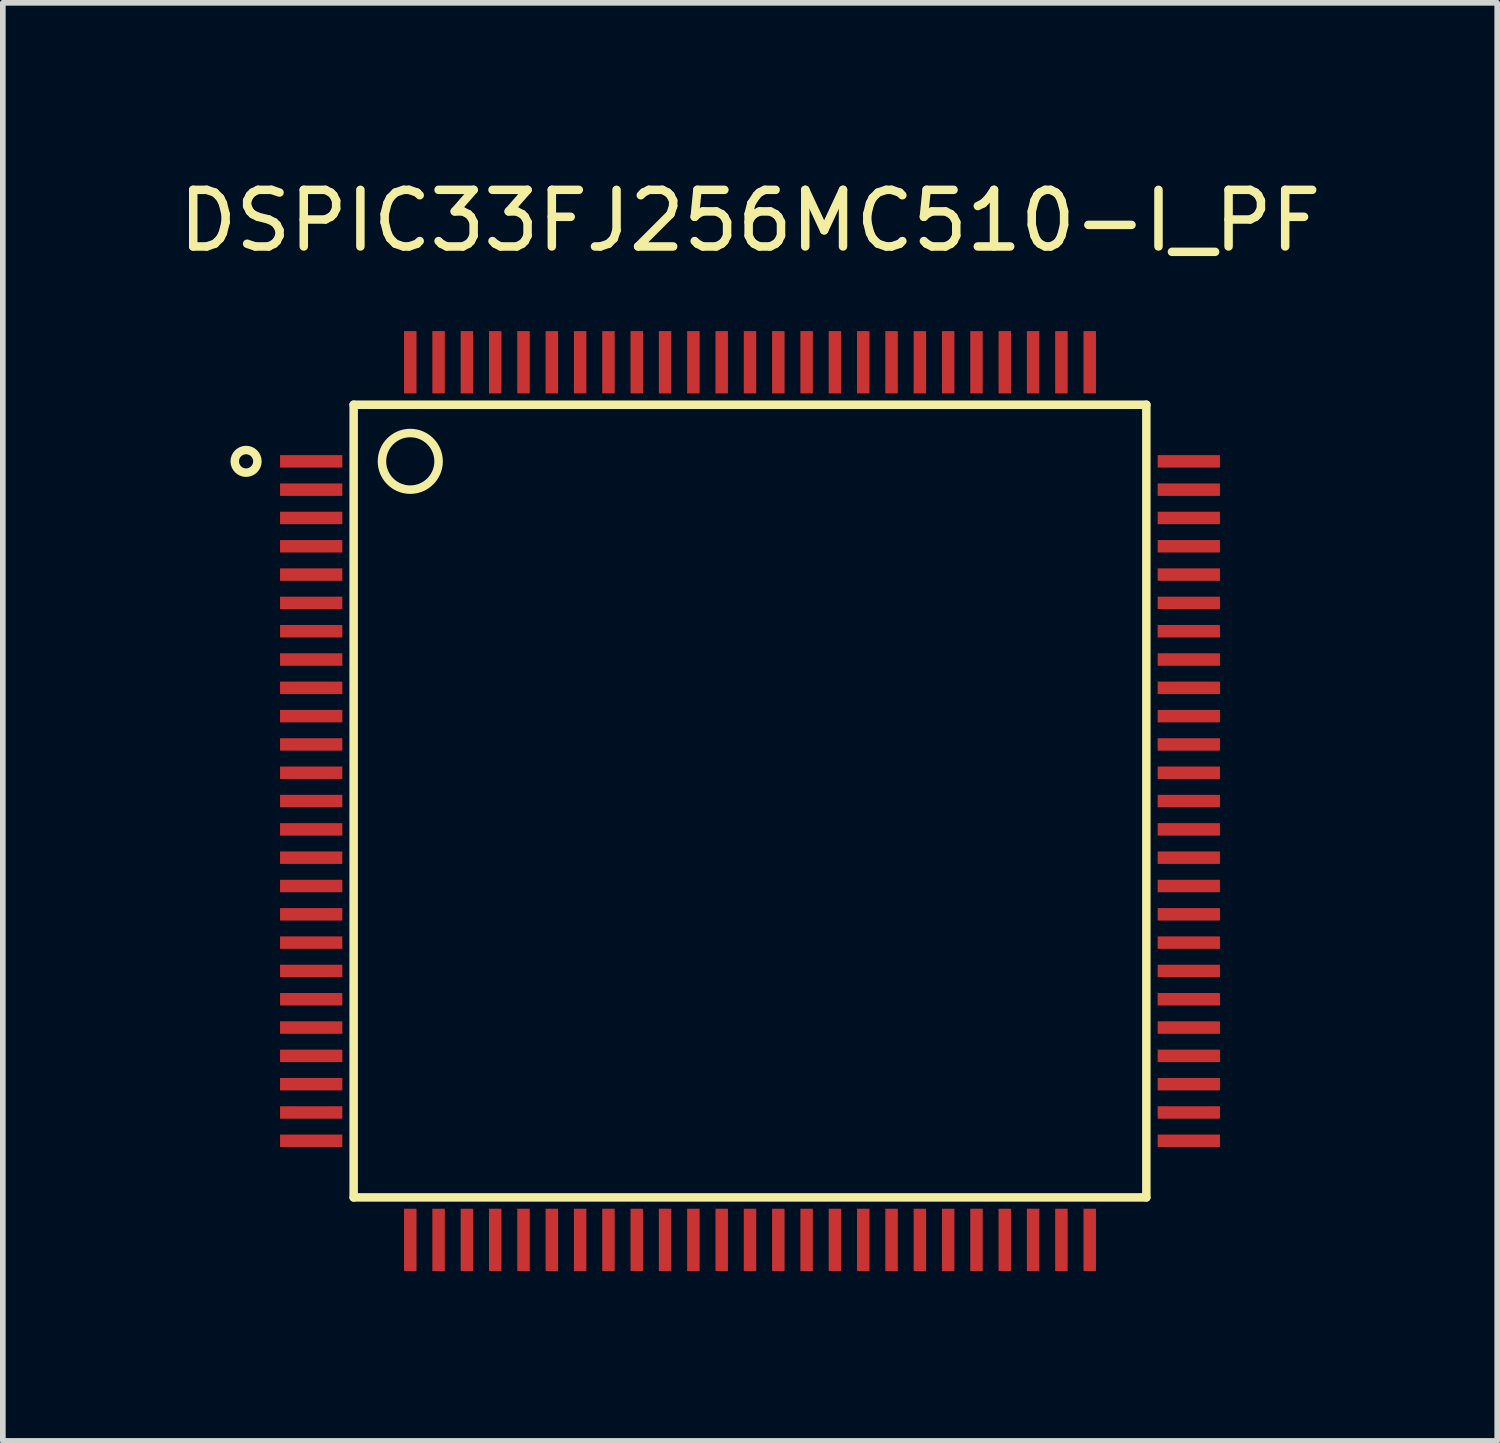
<source format=kicad_pcb>
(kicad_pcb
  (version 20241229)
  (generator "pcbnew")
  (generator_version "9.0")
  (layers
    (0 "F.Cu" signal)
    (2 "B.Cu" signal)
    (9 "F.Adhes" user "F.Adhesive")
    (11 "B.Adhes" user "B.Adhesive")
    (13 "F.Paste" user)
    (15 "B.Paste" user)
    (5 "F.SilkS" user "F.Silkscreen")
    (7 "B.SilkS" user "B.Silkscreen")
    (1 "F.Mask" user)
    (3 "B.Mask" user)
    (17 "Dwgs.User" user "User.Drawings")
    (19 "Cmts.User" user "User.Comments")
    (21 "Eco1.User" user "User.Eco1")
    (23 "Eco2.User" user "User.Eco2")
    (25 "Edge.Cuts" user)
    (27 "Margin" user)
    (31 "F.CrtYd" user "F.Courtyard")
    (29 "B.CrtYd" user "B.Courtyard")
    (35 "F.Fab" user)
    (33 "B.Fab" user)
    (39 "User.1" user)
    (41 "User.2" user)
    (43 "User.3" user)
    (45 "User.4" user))
  (footprint "DSPIC33FJ256MC510-I_PF"
    (layer "F.Cu")
    (at 2.446 3.348)
    (property "Reference" "DSPIC33FJ256MC510-I_PF" (at 7.75 -2.5 0) (layer "F.SilkS") (effects (font (size 1 1) (thickness 0.15))))
    (attr through_hole)
    (fp_line (start 0.75 0.75) (end 0.75 14.75) (stroke (width 0.15) (type solid)) (layer "F.SilkS"))
    (fp_line (start 0.75 0.75) (end 14.75 0.75) (stroke (width 0.15) (type solid)) (layer "F.SilkS"))
    (fp_line (start 0.75 14.75) (end 14.75 14.75) (stroke (width 0.15) (type solid)) (layer "F.SilkS"))
    (fp_line (start 14.75 14.75) (end 14.75 0.75) (stroke (width 0.15) (type solid)) (layer "F.SilkS"))
    (fp_circle (center -1.15 1.75) (end -1.15 1.55) (stroke (width 0.15) (type solid)) (fill no) (layer "F.SilkS"))
    (fp_circle (center 1.75 1.75) (end 1.75 1.25) (stroke (width 0.15) (type solid)) (fill no) (layer "F.SilkS"))
    (pad "1" smd rect (at 0 1.75) (size 1.1 0.22) (layers "F.Cu" "F.Mask" "F.Paste"))
    (pad "2" smd rect (at 0 2.25) (size 1.1 0.22) (layers "F.Cu" "F.Mask" "F.Paste"))
    (pad "3" smd rect (at 0 2.75) (size 1.1 0.22) (layers "F.Cu" "F.Mask" "F.Paste"))
    (pad "4" smd rect (at 0 3.25) (size 1.1 0.22) (layers "F.Cu" "F.Mask" "F.Paste"))
    (pad "5" smd rect (at 0 3.75) (size 1.1 0.22) (layers "F.Cu" "F.Mask" "F.Paste"))
    (pad "6" smd rect (at 0 4.25) (size 1.1 0.22) (layers "F.Cu" "F.Mask" "F.Paste"))
    (pad "7" smd rect (at 0 4.75) (size 1.1 0.22) (layers "F.Cu" "F.Mask" "F.Paste"))
    (pad "8" smd rect (at 0 5.25) (size 1.1 0.22) (layers "F.Cu" "F.Mask" "F.Paste"))
    (pad "9" smd rect (at 0 5.75) (size 1.1 0.22) (layers "F.Cu" "F.Mask" "F.Paste"))
    (pad "10" smd rect (at 0 6.25) (size 1.1 0.22) (layers "F.Cu" "F.Mask" "F.Paste"))
    (pad "11" smd rect (at 0 6.75) (size 1.1 0.22) (layers "F.Cu" "F.Mask" "F.Paste"))
    (pad "12" smd rect (at 0 7.25) (size 1.1 0.22) (layers "F.Cu" "F.Mask" "F.Paste"))
    (pad "13" smd rect (at 0 7.75) (size 1.1 0.22) (layers "F.Cu" "F.Mask" "F.Paste"))
    (pad "14" smd rect (at 0 8.25) (size 1.1 0.22) (layers "F.Cu" "F.Mask" "F.Paste"))
    (pad "15" smd rect (at 0 8.75) (size 1.1 0.22) (layers "F.Cu" "F.Mask" "F.Paste"))
    (pad "16" smd rect (at 0 9.25) (size 1.1 0.22) (layers "F.Cu" "F.Mask" "F.Paste"))
    (pad "17" smd rect (at 0 9.75) (size 1.1 0.22) (layers "F.Cu" "F.Mask" "F.Paste"))
    (pad "18" smd rect (at 0 10.25) (size 1.1 0.22) (layers "F.Cu" "F.Mask" "F.Paste"))
    (pad "19" smd rect (at 0 10.75) (size 1.1 0.22) (layers "F.Cu" "F.Mask" "F.Paste"))
    (pad "20" smd rect (at 0 11.25) (size 1.1 0.22) (layers "F.Cu" "F.Mask" "F.Paste"))
    (pad "21" smd rect (at 0 11.75) (size 1.1 0.22) (layers "F.Cu" "F.Mask" "F.Paste"))
    (pad "22" smd rect (at 0 12.25) (size 1.1 0.22) (layers "F.Cu" "F.Mask" "F.Paste"))
    (pad "23" smd rect (at 0 12.75) (size 1.1 0.22) (layers "F.Cu" "F.Mask" "F.Paste"))
    (pad "24" smd rect (at 0 13.25) (size 1.1 0.22) (layers "F.Cu" "F.Mask" "F.Paste"))
    (pad "25" smd rect (at 0 13.75) (size 1.1 0.22) (layers "F.Cu" "F.Mask" "F.Paste"))
    (pad "26" smd rect (at 1.75 15.5) (size 0.22 1.1) (layers "F.Cu" "F.Mask" "F.Paste"))
    (pad "27" smd rect (at 2.25 15.5) (size 0.22 1.1) (layers "F.Cu" "F.Mask" "F.Paste"))
    (pad "28" smd rect (at 2.75 15.5) (size 0.22 1.1) (layers "F.Cu" "F.Mask" "F.Paste"))
    (pad "29" smd rect (at 3.25 15.5) (size 0.22 1.1) (layers "F.Cu" "F.Mask" "F.Paste"))
    (pad "30" smd rect (at 3.75 15.5) (size 0.22 1.1) (layers "F.Cu" "F.Mask" "F.Paste"))
    (pad "31" smd rect (at 4.25 15.5) (size 0.22 1.1) (layers "F.Cu" "F.Mask" "F.Paste"))
    (pad "32" smd rect (at 4.75 15.5) (size 0.22 1.1) (layers "F.Cu" "F.Mask" "F.Paste"))
    (pad "33" smd rect (at 5.25 15.5) (size 0.22 1.1) (layers "F.Cu" "F.Mask" "F.Paste"))
    (pad "34" smd rect (at 5.75 15.5) (size 0.22 1.1) (layers "F.Cu" "F.Mask" "F.Paste"))
    (pad "35" smd rect (at 6.25 15.5) (size 0.22 1.1) (layers "F.Cu" "F.Mask" "F.Paste"))
    (pad "36" smd rect (at 6.75 15.5) (size 0.22 1.1) (layers "F.Cu" "F.Mask" "F.Paste"))
    (pad "37" smd rect (at 7.25 15.5) (size 0.22 1.1) (layers "F.Cu" "F.Mask" "F.Paste"))
    (pad "38" smd rect (at 7.75 15.5) (size 0.22 1.1) (layers "F.Cu" "F.Mask" "F.Paste"))
    (pad "39" smd rect (at 8.25 15.5) (size 0.22 1.1) (layers "F.Cu" "F.Mask" "F.Paste"))
    (pad "40" smd rect (at 8.75 15.5) (size 0.22 1.1) (layers "F.Cu" "F.Mask" "F.Paste"))
    (pad "41" smd rect (at 9.25 15.5) (size 0.22 1.1) (layers "F.Cu" "F.Mask" "F.Paste"))
    (pad "42" smd rect (at 9.75 15.5) (size 0.22 1.1) (layers "F.Cu" "F.Mask" "F.Paste"))
    (pad "43" smd rect (at 10.25 15.5) (size 0.22 1.1) (layers "F.Cu" "F.Mask" "F.Paste"))
    (pad "44" smd rect (at 10.75 15.5) (size 0.22 1.1) (layers "F.Cu" "F.Mask" "F.Paste"))
    (pad "45" smd rect (at 11.25 15.5) (size 0.22 1.1) (layers "F.Cu" "F.Mask" "F.Paste"))
    (pad "46" smd rect (at 11.75 15.5) (size 0.22 1.1) (layers "F.Cu" "F.Mask" "F.Paste"))
    (pad "47" smd rect (at 12.25 15.5) (size 0.22 1.1) (layers "F.Cu" "F.Mask" "F.Paste"))
    (pad "48" smd rect (at 12.75 15.5) (size 0.22 1.1) (layers "F.Cu" "F.Mask" "F.Paste"))
    (pad "49" smd rect (at 13.25 15.5) (size 0.22 1.1) (layers "F.Cu" "F.Mask" "F.Paste"))
    (pad "50" smd rect (at 13.75 15.5) (size 0.22 1.1) (layers "F.Cu" "F.Mask" "F.Paste"))
    (pad "51" smd rect (at 15.5 13.75) (size 1.1 0.22) (layers "F.Cu" "F.Mask" "F.Paste"))
    (pad "52" smd rect (at 15.5 13.25) (size 1.1 0.22) (layers "F.Cu" "F.Mask" "F.Paste"))
    (pad "53" smd rect (at 15.5 12.75) (size 1.1 0.22) (layers "F.Cu" "F.Mask" "F.Paste"))
    (pad "54" smd rect (at 15.5 12.25) (size 1.1 0.22) (layers "F.Cu" "F.Mask" "F.Paste"))
    (pad "55" smd rect (at 15.5 11.75) (size 1.1 0.22) (layers "F.Cu" "F.Mask" "F.Paste"))
    (pad "56" smd rect (at 15.5 11.25) (size 1.1 0.22) (layers "F.Cu" "F.Mask" "F.Paste"))
    (pad "57" smd rect (at 15.5 10.75) (size 1.1 0.22) (layers "F.Cu" "F.Mask" "F.Paste"))
    (pad "58" smd rect (at 15.5 10.25) (size 1.1 0.22) (layers "F.Cu" "F.Mask" "F.Paste"))
    (pad "59" smd rect (at 15.5 9.75) (size 1.1 0.22) (layers "F.Cu" "F.Mask" "F.Paste"))
    (pad "60" smd rect (at 15.5 9.25) (size 1.1 0.22) (layers "F.Cu" "F.Mask" "F.Paste"))
    (pad "61" smd rect (at 15.5 8.75) (size 1.1 0.22) (layers "F.Cu" "F.Mask" "F.Paste"))
    (pad "62" smd rect (at 15.5 8.25) (size 1.1 0.22) (layers "F.Cu" "F.Mask" "F.Paste"))
    (pad "63" smd rect (at 15.5 7.75) (size 1.1 0.22) (layers "F.Cu" "F.Mask" "F.Paste"))
    (pad "64" smd rect (at 15.5 7.25) (size 1.1 0.22) (layers "F.Cu" "F.Mask" "F.Paste"))
    (pad "65" smd rect (at 15.5 6.75) (size 1.1 0.22) (layers "F.Cu" "F.Mask" "F.Paste"))
    (pad "66" smd rect (at 15.5 6.25) (size 1.1 0.22) (layers "F.Cu" "F.Mask" "F.Paste"))
    (pad "67" smd rect (at 15.5 5.75) (size 1.1 0.22) (layers "F.Cu" "F.Mask" "F.Paste"))
    (pad "68" smd rect (at 15.5 5.25) (size 1.1 0.22) (layers "F.Cu" "F.Mask" "F.Paste"))
    (pad "69" smd rect (at 15.5 4.75) (size 1.1 0.22) (layers "F.Cu" "F.Mask" "F.Paste"))
    (pad "70" smd rect (at 15.5 4.25) (size 1.1 0.22) (layers "F.Cu" "F.Mask" "F.Paste"))
    (pad "71" smd rect (at 15.5 3.75) (size 1.1 0.22) (layers "F.Cu" "F.Mask" "F.Paste"))
    (pad "72" smd rect (at 15.5 3.25) (size 1.1 0.22) (layers "F.Cu" "F.Mask" "F.Paste"))
    (pad "73" smd rect (at 15.5 2.75) (size 1.1 0.22) (layers "F.Cu" "F.Mask" "F.Paste"))
    (pad "74" smd rect (at 15.5 2.25) (size 1.1 0.22) (layers "F.Cu" "F.Mask" "F.Paste"))
    (pad "75" smd rect (at 15.5 1.75) (size 1.1 0.22) (layers "F.Cu" "F.Mask" "F.Paste"))
    (pad "76" smd rect (at 13.75 0) (size 0.22 1.1) (layers "F.Cu" "F.Mask" "F.Paste"))
    (pad "77" smd rect (at 13.25 0) (size 0.22 1.1) (layers "F.Cu" "F.Mask" "F.Paste"))
    (pad "78" smd rect (at 12.75 0) (size 0.22 1.1) (layers "F.Cu" "F.Mask" "F.Paste"))
    (pad "79" smd rect (at 12.25 0) (size 0.22 1.1) (layers "F.Cu" "F.Mask" "F.Paste"))
    (pad "80" smd rect (at 11.75 0) (size 0.22 1.1) (layers "F.Cu" "F.Mask" "F.Paste"))
    (pad "81" smd rect (at 11.25 0) (size 0.22 1.1) (layers "F.Cu" "F.Mask" "F.Paste"))
    (pad "82" smd rect (at 10.75 0) (size 0.22 1.1) (layers "F.Cu" "F.Mask" "F.Paste"))
    (pad "83" smd rect (at 10.25 0) (size 0.22 1.1) (layers "F.Cu" "F.Mask" "F.Paste"))
    (pad "84" smd rect (at 9.75 0) (size 0.22 1.1) (layers "F.Cu" "F.Mask" "F.Paste"))
    (pad "85" smd rect (at 9.25 0) (size 0.22 1.1) (layers "F.Cu" "F.Mask" "F.Paste"))
    (pad "86" smd rect (at 8.75 0) (size 0.22 1.1) (layers "F.Cu" "F.Mask" "F.Paste"))
    (pad "87" smd rect (at 8.25 0) (size 0.22 1.1) (layers "F.Cu" "F.Mask" "F.Paste"))
    (pad "88" smd rect (at 7.75 0) (size 0.22 1.1) (layers "F.Cu" "F.Mask" "F.Paste"))
    (pad "89" smd rect (at 7.25 0) (size 0.22 1.1) (layers "F.Cu" "F.Mask" "F.Paste"))
    (pad "90" smd rect (at 6.75 0) (size 0.22 1.1) (layers "F.Cu" "F.Mask" "F.Paste"))
    (pad "91" smd rect (at 6.25 0) (size 0.22 1.1) (layers "F.Cu" "F.Mask" "F.Paste"))
    (pad "92" smd rect (at 5.75 0) (size 0.22 1.1) (layers "F.Cu" "F.Mask" "F.Paste"))
    (pad "93" smd rect (at 5.25 0) (size 0.22 1.1) (layers "F.Cu" "F.Mask" "F.Paste"))
    (pad "94" smd rect (at 4.75 0) (size 0.22 1.1) (layers "F.Cu" "F.Mask" "F.Paste"))
    (pad "95" smd rect (at 4.25 0) (size 0.22 1.1) (layers "F.Cu" "F.Mask" "F.Paste"))
    (pad "96" smd rect (at 3.75 0) (size 0.22 1.1) (layers "F.Cu" "F.Mask" "F.Paste"))
    (pad "97" smd rect (at 3.25 0) (size 0.22 1.1) (layers "F.Cu" "F.Mask" "F.Paste"))
    (pad "98" smd rect (at 2.75 0) (size 0.22 1.1) (layers "F.Cu" "F.Mask" "F.Paste"))
    (pad "99" smd rect (at 2.25 0) (size 0.22 1.1) (layers "F.Cu" "F.Mask" "F.Paste"))
    (pad "100" smd rect (at 1.75 0) (size 0.22 1.1) (layers "F.Cu" "F.Mask" "F.Paste")))
  (gr_rect
    (start -3 -3)
    (end 23.393 22.398)
    (stroke (width 0.1) (type default))
    (fill no)
    (layer "Edge.Cuts")))
</source>
